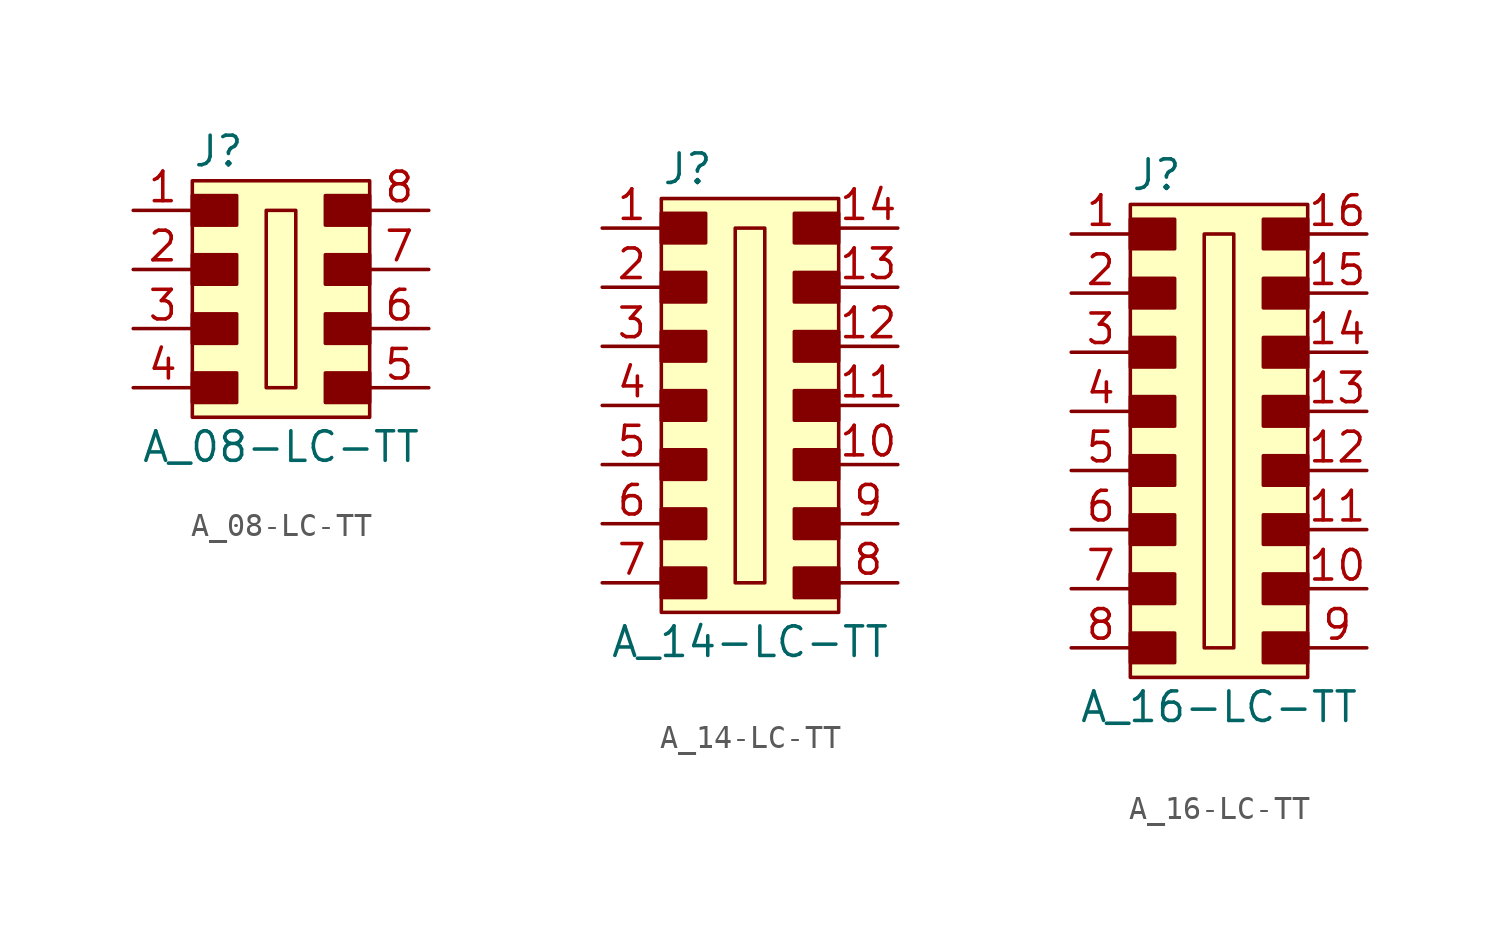
<source format=kicad_sym>
(kicad_symbol_lib
  (version 20220914)
  (generator kicad_symbol_editor)
  (symbol "A_08-LC-TT"
    (pin_names
      (offset 1.016))
    (property "Reference" "J"
      (at -3.81 6.35 0)
      (effects (font (size 1.27 1.27)) (justify left)))
    (property "Value" "A_08-LC-TT"
      (at 0 -6.35 0)
      (effects (font (size 1.27 1.27))))
    (symbol "A_08-LC-TT_1_1"
      (rectangle (start -3.81 -3.175) (end -1.905 -4.445) (stroke (width 0) (type solid)) (fill (type outline)))
      (rectangle (start -3.81 -0.635) (end -1.905 -1.905) (stroke (width 0) (type solid)) (fill (type outline)))
      (rectangle (start -3.81 1.905) (end -1.905 0.635) (stroke (width 0) (type solid)) (fill (type outline)))
      (rectangle (start -3.81 4.445) (end -1.905 3.175) (stroke (width 0) (type solid)) (fill (type outline)))
      (rectangle (start -3.81 5.08) (end 3.81 -5.08) (stroke (width 0) (type solid)) (fill (type background)))
      (rectangle (start -0.635 3.81) (end 0.635 -3.81) (stroke (width 0) (type solid)) (fill (type none)))
      (rectangle (start 1.905 -3.175) (end 3.81 -4.445) (stroke (width 0) (type solid)) (fill (type outline)))
      (rectangle (start 1.905 -0.635) (end 3.81 -1.905) (stroke (width 0) (type solid)) (fill (type outline)))
      (rectangle (start 1.905 1.905) (end 3.81 0.635) (stroke (width 0) (type solid)) (fill (type outline)))
      (rectangle (start 1.905 4.445) (end 3.81 3.175) (stroke (width 0) (type solid)) (fill (type outline)))
      (pin passive line (at -6.35 3.81 0) (length 2.54) (name "~" (effects (font (size 1.27 1.27)))) (number "1" (effects (font (size 1.27 1.27)))))
      (pin passive line (at -6.35 1.27 0) (length 2.54) (name "~" (effects (font (size 1.27 1.27)))) (number "2" (effects (font (size 1.27 1.27)))))
      (pin passive line (at -6.35 -1.27 0) (length 2.54) (name "~" (effects (font (size 1.27 1.27)))) (number "3" (effects (font (size 1.27 1.27)))))
      (pin passive line (at -6.35 -3.81 0) (length 2.54) (name "~" (effects (font (size 1.27 1.27)))) (number "4" (effects (font (size 1.27 1.27)))))
      (pin passive line (at 6.35 -3.81 180) (length 2.54) (name "~" (effects (font (size 1.27 1.27)))) (number "5" (effects (font (size 1.27 1.27)))))
      (pin passive line (at 6.35 -1.27 180) (length 2.54) (name "~" (effects (font (size 1.27 1.27)))) (number "6" (effects (font (size 1.27 1.27)))))
      (pin passive line (at 6.35 1.27 180) (length 2.54) (name "~" (effects (font (size 1.27 1.27)))) (number "7" (effects (font (size 1.27 1.27)))))
      (pin passive line (at 6.35 3.81 180) (length 2.54) (name "~" (effects (font (size 1.27 1.27)))) (number "8" (effects (font (size 1.27 1.27)))))))
  (symbol "A_14-LC-TT"
    (pin_names
      (offset 1.016))
    (property "Reference" "J"
      (at -3.81 7.62 0)
      (effects (font (size 1.27 1.27)) (justify left)))
    (property "Value" "A_14-LC-TT"
      (at 0 -12.7 0)
      (effects (font (size 1.27 1.27))))
    (symbol "A_14-LC-TT_1_1"
      (rectangle (start -3.81 -9.525) (end -1.905 -10.795) (stroke (width 0) (type solid)) (fill (type outline)))
      (rectangle (start -3.81 -6.985) (end -1.905 -8.255) (stroke (width 0) (type solid)) (fill (type outline)))
      (rectangle (start -3.81 -4.445) (end -1.905 -5.715) (stroke (width 0) (type solid)) (fill (type outline)))
      (rectangle (start -3.81 -1.905) (end -1.905 -3.175) (stroke (width 0) (type solid)) (fill (type outline)))
      (rectangle (start -3.81 0.635) (end -1.905 -0.635) (stroke (width 0) (type solid)) (fill (type outline)))
      (rectangle (start -3.81 3.175) (end -1.905 1.905) (stroke (width 0) (type solid)) (fill (type outline)))
      (rectangle (start -3.81 5.715) (end -1.905 4.445) (stroke (width 0) (type solid)) (fill (type outline)))
      (rectangle (start -3.81 6.35) (end 3.81 -11.43) (stroke (width 0) (type solid)) (fill (type background)))
      (rectangle (start -0.635 5.08) (end 0.635 -10.16) (stroke (width 0) (type solid)) (fill (type none)))
      (rectangle (start 1.905 -9.525) (end 3.81 -10.795) (stroke (width 0) (type solid)) (fill (type outline)))
      (rectangle (start 1.905 -6.985) (end 3.81 -8.255) (stroke (width 0) (type solid)) (fill (type outline)))
      (rectangle (start 1.905 -4.445) (end 3.81 -5.715) (stroke (width 0) (type solid)) (fill (type outline)))
      (rectangle (start 1.905 -1.905) (end 3.81 -3.175) (stroke (width 0) (type solid)) (fill (type outline)))
      (rectangle (start 1.905 0.635) (end 3.81 -0.635) (stroke (width 0) (type solid)) (fill (type outline)))
      (rectangle (start 1.905 3.175) (end 3.81 1.905) (stroke (width 0) (type solid)) (fill (type outline)))
      (rectangle (start 1.905 5.715) (end 3.81 4.445) (stroke (width 0) (type solid)) (fill (type outline)))
      (pin passive line (at -6.35 5.08 0) (length 2.54) (name "~" (effects (font (size 1.27 1.27)))) (number "1" (effects (font (size 1.27 1.27)))))
      (pin passive line (at 6.35 -5.08 180) (length 2.54) (name "~" (effects (font (size 1.27 1.27)))) (number "10" (effects (font (size 1.27 1.27)))))
      (pin passive line (at 6.35 -2.54 180) (length 2.54) (name "~" (effects (font (size 1.27 1.27)))) (number "11" (effects (font (size 1.27 1.27)))))
      (pin passive line (at 6.35 0 180) (length 2.54) (name "~" (effects (font (size 1.27 1.27)))) (number "12" (effects (font (size 1.27 1.27)))))
      (pin passive line (at 6.35 2.54 180) (length 2.54) (name "~" (effects (font (size 1.27 1.27)))) (number "13" (effects (font (size 1.27 1.27)))))
      (pin passive line (at 6.35 5.08 180) (length 2.54) (name "~" (effects (font (size 1.27 1.27)))) (number "14" (effects (font (size 1.27 1.27)))))
      (pin passive line (at -6.35 2.54 0) (length 2.54) (name "~" (effects (font (size 1.27 1.27)))) (number "2" (effects (font (size 1.27 1.27)))))
      (pin passive line (at -6.35 0 0) (length 2.54) (name "~" (effects (font (size 1.27 1.27)))) (number "3" (effects (font (size 1.27 1.27)))))
      (pin passive line (at -6.35 -2.54 0) (length 2.54) (name "~" (effects (font (size 1.27 1.27)))) (number "4" (effects (font (size 1.27 1.27)))))
      (pin passive line (at -6.35 -5.08 0) (length 2.54) (name "~" (effects (font (size 1.27 1.27)))) (number "5" (effects (font (size 1.27 1.27)))))
      (pin passive line (at -6.35 -7.62 0) (length 2.54) (name "~" (effects (font (size 1.27 1.27)))) (number "6" (effects (font (size 1.27 1.27)))))
      (pin passive line (at -6.35 -10.16 0) (length 2.54) (name "~" (effects (font (size 1.27 1.27)))) (number "7" (effects (font (size 1.27 1.27)))))
      (pin passive line (at 6.35 -10.16 180) (length 2.54) (name "~" (effects (font (size 1.27 1.27)))) (number "8" (effects (font (size 1.27 1.27)))))
      (pin passive line (at 6.35 -7.62 180) (length 2.54) (name "~" (effects (font (size 1.27 1.27)))) (number "9" (effects (font (size 1.27 1.27)))))))
  (symbol "A_16-LC-TT"
    (pin_names
      (offset 1.016))
    (property "Reference" "J"
      (at -3.81 11.43 0)
      (effects (font (size 1.27 1.27)) (justify left)))
    (property "Value" "A_16-LC-TT"
      (at 0 -11.43 0)
      (effects (font (size 1.27 1.27))))
    (symbol "A_16-LC-TT_1_1"
      (rectangle (start -3.81 -8.255) (end -1.905 -9.525) (stroke (width 0) (type solid)) (fill (type outline)))
      (rectangle (start -3.81 -5.715) (end -1.905 -6.985) (stroke (width 0) (type solid)) (fill (type outline)))
      (rectangle (start -3.81 -3.175) (end -1.905 -4.445) (stroke (width 0) (type solid)) (fill (type outline)))
      (rectangle (start -3.81 -0.635) (end -1.905 -1.905) (stroke (width 0) (type solid)) (fill (type outline)))
      (rectangle (start -3.81 1.905) (end -1.905 0.635) (stroke (width 0) (type solid)) (fill (type outline)))
      (rectangle (start -3.81 4.445) (end -1.905 3.175) (stroke (width 0) (type solid)) (fill (type outline)))
      (rectangle (start -3.81 6.985) (end -1.905 5.715) (stroke (width 0) (type solid)) (fill (type outline)))
      (rectangle (start -3.81 9.525) (end -1.905 8.255) (stroke (width 0) (type solid)) (fill (type outline)))
      (rectangle (start -3.81 10.16) (end 3.81 -10.16) (stroke (width 0) (type solid)) (fill (type background)))
      (rectangle (start -0.635 8.89) (end 0.635 -8.89) (stroke (width 0) (type solid)) (fill (type none)))
      (rectangle (start 1.905 -8.255) (end 3.81 -9.525) (stroke (width 0) (type solid)) (fill (type outline)))
      (rectangle (start 1.905 -5.715) (end 3.81 -6.985) (stroke (width 0) (type solid)) (fill (type outline)))
      (rectangle (start 1.905 -3.175) (end 3.81 -4.445) (stroke (width 0) (type solid)) (fill (type outline)))
      (rectangle (start 1.905 -0.635) (end 3.81 -1.905) (stroke (width 0) (type solid)) (fill (type outline)))
      (rectangle (start 1.905 1.905) (end 3.81 0.635) (stroke (width 0) (type solid)) (fill (type outline)))
      (rectangle (start 1.905 4.445) (end 3.81 3.175) (stroke (width 0) (type solid)) (fill (type outline)))
      (rectangle (start 1.905 6.985) (end 3.81 5.715) (stroke (width 0) (type solid)) (fill (type outline)))
      (rectangle (start 1.905 9.525) (end 3.81 8.255) (stroke (width 0) (type solid)) (fill (type outline)))
      (pin passive line (at -6.35 8.89 0) (length 2.54) (name "~" (effects (font (size 1.27 1.27)))) (number "1" (effects (font (size 1.27 1.27)))))
      (pin passive line (at 6.35 -6.35 180) (length 2.54) (name "~" (effects (font (size 1.27 1.27)))) (number "10" (effects (font (size 1.27 1.27)))))
      (pin passive line (at 6.35 -3.81 180) (length 2.54) (name "~" (effects (font (size 1.27 1.27)))) (number "11" (effects (font (size 1.27 1.27)))))
      (pin passive line (at 6.35 -1.27 180) (length 2.54) (name "~" (effects (font (size 1.27 1.27)))) (number "12" (effects (font (size 1.27 1.27)))))
      (pin passive line (at 6.35 1.27 180) (length 2.54) (name "~" (effects (font (size 1.27 1.27)))) (number "13" (effects (font (size 1.27 1.27)))))
      (pin passive line (at 6.35 3.81 180) (length 2.54) (name "~" (effects (font (size 1.27 1.27)))) (number "14" (effects (font (size 1.27 1.27)))))
      (pin passive line (at 6.35 6.35 180) (length 2.54) (name "~" (effects (font (size 1.27 1.27)))) (number "15" (effects (font (size 1.27 1.27)))))
      (pin passive line (at 6.35 8.89 180) (length 2.54) (name "~" (effects (font (size 1.27 1.27)))) (number "16" (effects (font (size 1.27 1.27)))))
      (pin passive line (at -6.35 6.35 0) (length 2.54) (name "~" (effects (font (size 1.27 1.27)))) (number "2" (effects (font (size 1.27 1.27)))))
      (pin passive line (at -6.35 3.81 0) (length 2.54) (name "~" (effects (font (size 1.27 1.27)))) (number "3" (effects (font (size 1.27 1.27)))))
      (pin passive line (at -6.35 1.27 0) (length 2.54) (name "~" (effects (font (size 1.27 1.27)))) (number "4" (effects (font (size 1.27 1.27)))))
      (pin passive line (at -6.35 -1.27 0) (length 2.54) (name "~" (effects (font (size 1.27 1.27)))) (number "5" (effects (font (size 1.27 1.27)))))
      (pin passive line (at -6.35 -3.81 0) (length 2.54) (name "~" (effects (font (size 1.27 1.27)))) (number "6" (effects (font (size 1.27 1.27)))))
      (pin passive line (at -6.35 -6.35 0) (length 2.54) (name "~" (effects (font (size 1.27 1.27)))) (number "7" (effects (font (size 1.27 1.27)))))
      (pin passive line (at -6.35 -8.89 0) (length 2.54) (name "~" (effects (font (size 1.27 1.27)))) (number "8" (effects (font (size 1.27 1.27)))))
      (pin passive line (at 6.35 -8.89 180) (length 2.54) (name "~" (effects (font (size 1.27 1.27)))) (number "9" (effects (font (size 1.27 1.27))))))))
</source>
